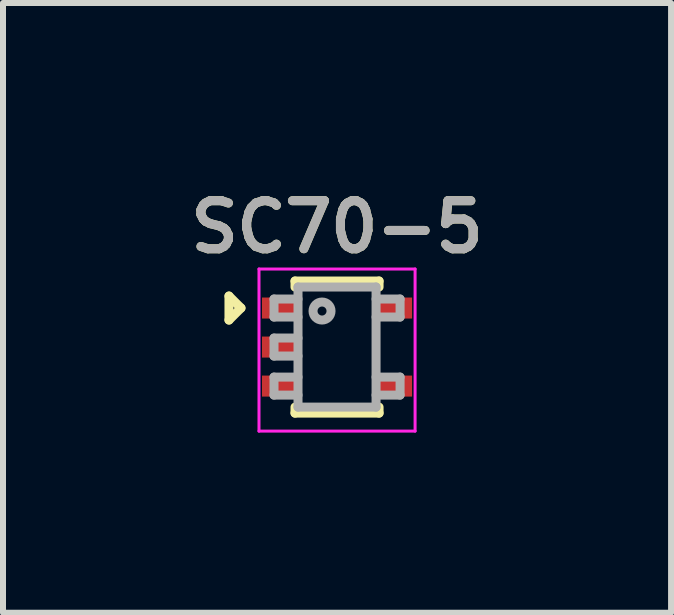
<source format=kicad_pcb>
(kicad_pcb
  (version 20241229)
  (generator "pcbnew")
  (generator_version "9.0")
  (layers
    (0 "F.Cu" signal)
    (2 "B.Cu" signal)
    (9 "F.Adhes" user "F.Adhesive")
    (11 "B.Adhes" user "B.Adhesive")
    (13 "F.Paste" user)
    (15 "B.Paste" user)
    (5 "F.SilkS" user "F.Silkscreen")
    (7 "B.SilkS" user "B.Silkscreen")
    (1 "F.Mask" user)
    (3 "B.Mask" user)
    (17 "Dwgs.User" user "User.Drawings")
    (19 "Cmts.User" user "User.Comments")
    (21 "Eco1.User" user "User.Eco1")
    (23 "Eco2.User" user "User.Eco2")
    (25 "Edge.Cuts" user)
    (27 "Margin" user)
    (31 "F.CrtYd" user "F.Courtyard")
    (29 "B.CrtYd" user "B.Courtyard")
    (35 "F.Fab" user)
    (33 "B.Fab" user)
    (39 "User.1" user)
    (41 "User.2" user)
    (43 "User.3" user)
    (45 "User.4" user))
  (footprint "SC70-5"
    (layer "F.Cu")
    (at 2.564 2.731)
    (property "Reference" "SC70-5" (at 0 -2 0) (layer "F.SilkS") (effects (font (size 0.8 0.8) (thickness 0.15))))
    (attr smd)
    (fp_line (start -1.8 -0.85) (end -1.8 -0.45) (stroke (width 0.15) (type solid)) (layer "F.SilkS"))
    (fp_line (start -1.8 -0.45) (end -1.6 -0.65) (stroke (width 0.15) (type solid)) (layer "F.SilkS"))
    (fp_line (start -1.6 -0.65) (end -1.8 -0.85) (stroke (width 0.15) (type solid)) (layer "F.SilkS"))
    (fp_line (start -0.7 -1.1) (end 0.7 -1.1) (stroke (width 0.15) (type solid)) (layer "F.SilkS"))
    (fp_line (start -0.7 -1) (end -0.7 -1.1) (stroke (width 0.15) (type solid)) (layer "F.SilkS"))
    (fp_line (start -0.7 1) (end -0.7 1.1) (stroke (width 0.15) (type solid)) (layer "F.SilkS"))
    (fp_line (start -0.7 1.1) (end 0.7 1.1) (stroke (width 0.15) (type solid)) (layer "F.SilkS"))
    (fp_line (start 0.7 -1) (end 0.7 -1.1) (stroke (width 0.15) (type solid)) (layer "F.SilkS"))
    (fp_line (start 0.7 1) (end 0.7 1.1) (stroke (width 0.15) (type solid)) (layer "F.SilkS"))
    (fp_line (start -1.3 -1.3) (end 1.3 -1.3) (stroke (width 0.05) (type solid)) (layer "F.CrtYd"))
    (fp_line (start -1.3 1.4) (end -1.3 -1.3) (stroke (width 0.05) (type solid)) (layer "F.CrtYd"))
    (fp_line (start 1.3 -1.3) (end 1.3 1.4) (stroke (width 0.05) (type solid)) (layer "F.CrtYd"))
    (fp_line (start 1.3 1.4) (end -1.3 1.4) (stroke (width 0.05) (type solid)) (layer "F.CrtYd"))
    (fp_line (start -1.05 -0.8) (end -1.05 -0.5) (stroke (width 0.15) (type solid)) (layer "F.Fab"))
    (fp_line (start -1.05 -0.5) (end -0.65 -0.5) (stroke (width 0.15) (type solid)) (layer "F.Fab"))
    (fp_line (start -1.05 -0.15) (end -1.05 0.15) (stroke (width 0.15) (type solid)) (layer "F.Fab"))
    (fp_line (start -1.05 0.15) (end -0.65 0.15) (stroke (width 0.15) (type solid)) (layer "F.Fab"))
    (fp_line (start -1.05 0.5) (end -1.05 0.8) (stroke (width 0.15) (type solid)) (layer "F.Fab"))
    (fp_line (start -1.05 0.8) (end -0.65 0.8) (stroke (width 0.15) (type solid)) (layer "F.Fab"))
    (fp_line (start -0.65 -1) (end 0.65 -1) (stroke (width 0.15) (type solid)) (layer "F.Fab"))
    (fp_line (start -0.65 -0.8) (end -1.05 -0.8) (stroke (width 0.15) (type solid)) (layer "F.Fab"))
    (fp_line (start -0.65 -0.15) (end -1.05 -0.15) (stroke (width 0.15) (type solid)) (layer "F.Fab"))
    (fp_line (start -0.65 0.5) (end -1.05 0.5) (stroke (width 0.15) (type solid)) (layer "F.Fab"))
    (fp_line (start -0.65 1) (end -0.65 -1) (stroke (width 0.15) (type solid)) (layer "F.Fab"))
    (fp_line (start 0.65 -1) (end 0.65 1) (stroke (width 0.15) (type solid)) (layer "F.Fab"))
    (fp_line (start 0.65 -0.8) (end 1.05 -0.8) (stroke (width 0.15) (type solid)) (layer "F.Fab"))
    (fp_line (start 0.65 0.5) (end 1.05 0.5) (stroke (width 0.15) (type solid)) (layer "F.Fab"))
    (fp_line (start 0.65 1) (end -0.65 1) (stroke (width 0.15) (type solid)) (layer "F.Fab"))
    (fp_line (start 1.05 -0.8) (end 1.05 -0.5) (stroke (width 0.15) (type solid)) (layer "F.Fab"))
    (fp_line (start 1.05 -0.5) (end 0.65 -0.5) (stroke (width 0.15) (type solid)) (layer "F.Fab"))
    (fp_line (start 1.05 0.5) (end 1.05 0.8) (stroke (width 0.15) (type solid)) (layer "F.Fab"))
    (fp_line (start 1.05 0.8) (end 0.65 0.8) (stroke (width 0.15) (type solid)) (layer "F.Fab"))
    (fp_circle (center -0.25 -0.6) (end -0.1 -0.6) (stroke (width 0.15) (type solid)) (fill no) (layer "F.Fab"))
    (fp_text user "${REFERENCE}" (at 0 -2 0) (layer "F.Fab") (effects (font (size 0.8 0.8) (thickness 0.15))))
    (pad "1" smd rect (at -0.95 -0.65) (size 0.6 0.35) (layers "F.Cu" "F.Mask" "F.Paste"))
    (pad "2" smd rect (at -0.95 0) (size 0.6 0.35) (layers "F.Cu" "F.Mask" "F.Paste"))
    (pad "3" smd rect (at -0.95 0.65) (size 0.6 0.35) (layers "F.Cu" "F.Mask" "F.Paste"))
    (pad "4" smd rect (at 0.95 0.65) (size 0.6 0.35) (layers "F.Cu" "F.Mask" "F.Paste"))
    (pad "5" smd rect (at 0.95 -0.65) (size 0.6 0.35) (layers "F.Cu" "F.Mask" "F.Paste")))
  (gr_rect
    (start -3 -3)
    (end 8.128 7.156)
    (stroke (width 0.1) (type default))
    (fill no)
    (layer "Edge.Cuts")))
</source>
